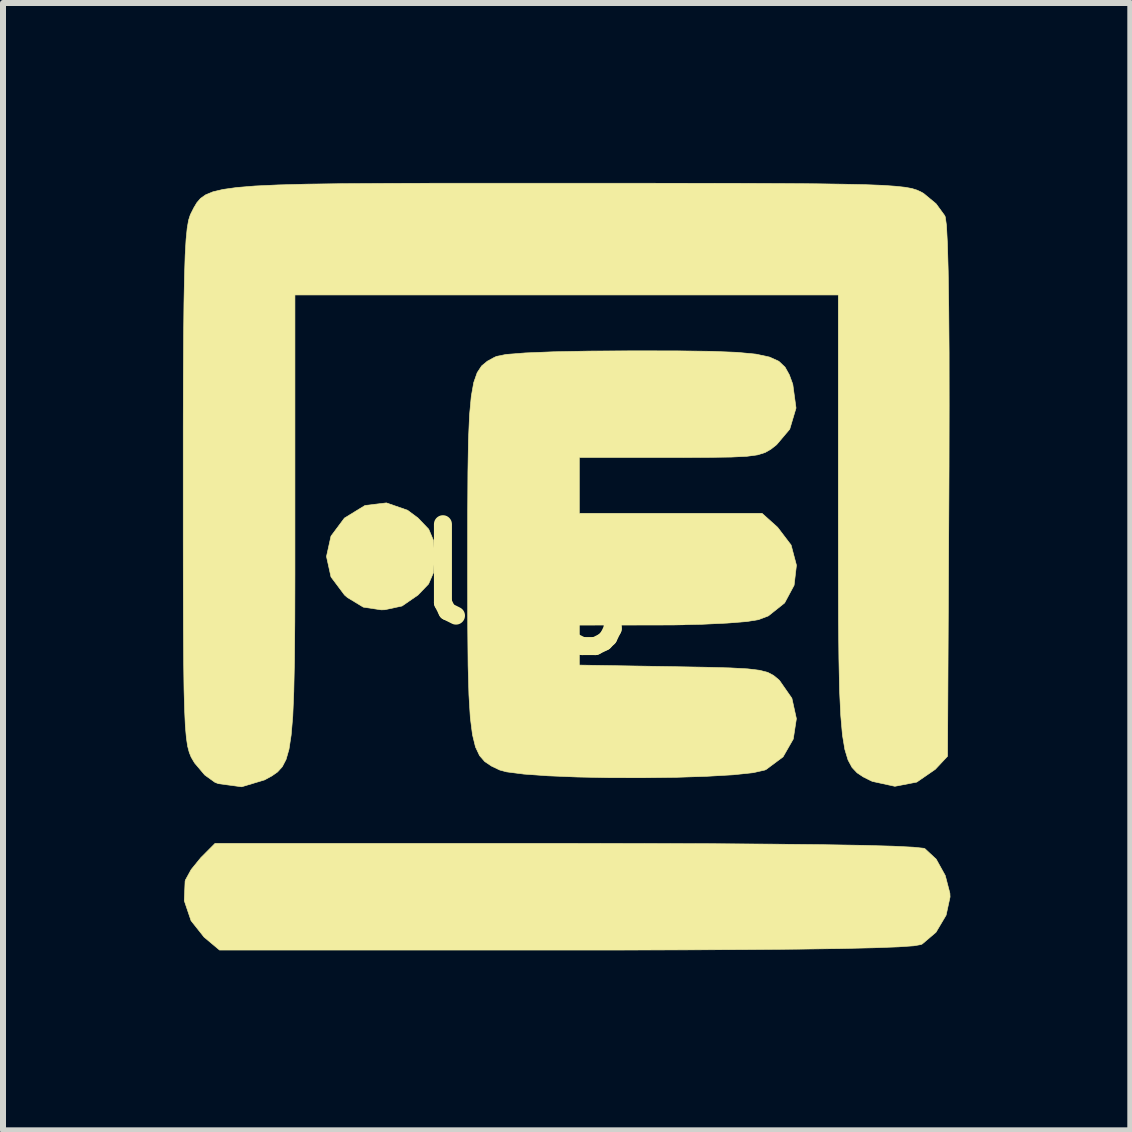
<source format=kicad_pcb>
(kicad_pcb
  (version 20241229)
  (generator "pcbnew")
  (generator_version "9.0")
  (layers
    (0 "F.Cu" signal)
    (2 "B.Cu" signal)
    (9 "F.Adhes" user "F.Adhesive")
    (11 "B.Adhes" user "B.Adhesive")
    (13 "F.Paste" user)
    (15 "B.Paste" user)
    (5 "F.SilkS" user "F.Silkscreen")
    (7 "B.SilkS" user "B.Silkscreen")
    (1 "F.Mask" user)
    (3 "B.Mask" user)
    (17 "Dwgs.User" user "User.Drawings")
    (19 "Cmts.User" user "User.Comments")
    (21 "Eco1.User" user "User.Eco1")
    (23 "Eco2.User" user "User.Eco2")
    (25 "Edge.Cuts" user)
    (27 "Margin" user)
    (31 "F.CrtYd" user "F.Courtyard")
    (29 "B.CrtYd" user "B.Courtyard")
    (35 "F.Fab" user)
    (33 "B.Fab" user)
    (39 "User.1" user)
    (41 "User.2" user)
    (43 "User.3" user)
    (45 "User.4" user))
  (footprint "logo"
    (layer "F.Cu")
    (at 6.439 6.524)
    (property "Reference" "logo" (at 0 0 0) (layer "F.SilkS") (effects (font (size 1.524 1.524) (thickness 0.3))))
    (attr through_hole)
    (fp_poly (pts (xy -2.695 -1.068) (xy -2.52 -0.938) (xy -2.342 -0.752) (xy -2.262 -0.564) (xy -2.244 -0.296) (xy -2.263 -0.025) (xy -2.344 0.162) (xy -2.52 0.346) (xy -2.786 0.529) (xy -3.073 0.591) (xy -3.133 0.593) (xy -3.432 0.548) (xy -3.695 0.389) (xy -3.745 0.346) (xy -3.971 0.044) (xy -4.046 -0.296) (xy -3.971 -0.636) (xy -3.746 -0.938) (xy -3.745 -0.938) (xy -3.404 -1.147) (xy -3.047 -1.19) (xy -2.695 -1.068)) (stroke (width 0.01) (type solid)) (fill yes) (layer "F.SilkS"))
    (fp_poly (pts (xy 1.243 4.489) (xy 2.395 4.492) (xy 3.389 4.499) (xy 4.221 4.508) (xy 4.892 4.519) (xy 5.398 4.533) (xy 5.739 4.55) (xy 5.912 4.568) (xy 5.931 4.575) (xy 6.119 4.75) (xy 6.27 5.022) (xy 6.347 5.317) (xy 6.35 5.38) (xy 6.284 5.684) (xy 6.115 5.969) (xy 5.887 6.163) (xy 5.866 6.173) (xy 5.748 6.194) (xy 5.487 6.212) (xy 5.08 6.227) (xy 4.523 6.24) (xy 3.813 6.25) (xy 2.947 6.257) (xy 1.921 6.262) (xy 0.73 6.265) (xy -0.082 6.265) (xy -5.829 6.265) (xy -6.087 6.049) (xy -6.304 5.775) (xy -6.417 5.442) (xy -6.403 5.115) (xy -6.397 5.096) (xy -6.302 4.923) (xy -6.142 4.726) (xy -6.124 4.708) (xy -5.904 4.487) (xy -0.068 4.487) (xy 1.243 4.489)) (stroke (width 0.01) (type solid)) (fill yes) (layer "F.SilkS"))
    (fp_poly (pts (xy 1.814 -3.724) (xy 2.371 -3.717) (xy 2.798 -3.7) (xy 3.115 -3.67) (xy 3.341 -3.621) (xy 3.495 -3.551) (xy 3.599 -3.453) (xy 3.67 -3.326) (xy 3.728 -3.168) (xy 3.782 -2.771) (xy 3.677 -2.419) (xy 3.459 -2.161) (xy 3.363 -2.085) (xy 3.267 -2.03) (xy 3.143 -1.991) (xy 2.965 -1.967) (xy 2.704 -1.954) (xy 2.335 -1.949) (xy 1.83 -1.947) (xy 1.687 -1.947) (xy 0.169 -1.947) (xy 0.169 -1.016) (xy 3.215 -1.016) (xy 3.475 -0.783) (xy 3.7 -0.487) (xy 3.789 -0.151) (xy 3.75 0.183) (xy 3.592 0.478) (xy 3.321 0.694) (xy 3.158 0.756) (xy 2.962 0.788) (xy 2.634 0.814) (xy 2.214 0.834) (xy 1.741 0.845) (xy 1.503 0.846) (xy 0.169 0.847) (xy 0.169 1.514) (xy 1.729 1.54) (xy 2.28 1.55) (xy 2.687 1.561) (xy 2.978 1.577) (xy 3.177 1.601) (xy 3.311 1.636) (xy 3.406 1.686) (xy 3.489 1.754) (xy 3.506 1.77) (xy 3.713 2.067) (xy 3.788 2.407) (xy 3.736 2.747) (xy 3.566 3.044) (xy 3.284 3.254) (xy 3.262 3.264) (xy 3.067 3.308) (xy 2.736 3.343) (xy 2.299 3.368) (xy 1.789 3.385) (xy 1.237 3.392) (xy 0.675 3.391) (xy 0.134 3.38) (xy -0.354 3.36) (xy -0.758 3.331) (xy -1.045 3.294) (xy -1.159 3.263) (xy -1.295 3.198) (xy -1.406 3.124) (xy -1.494 3.023) (xy -1.562 2.879) (xy -1.612 2.674) (xy -1.648 2.391) (xy -1.671 2.014) (xy -1.685 1.525) (xy -1.691 0.908) (xy -1.693 0.145) (xy -1.693 -0.216) (xy -1.692 -1.036) (xy -1.688 -1.705) (xy -1.679 -2.238) (xy -1.661 -2.654) (xy -1.632 -2.967) (xy -1.591 -3.197) (xy -1.534 -3.36) (xy -1.46 -3.473) (xy -1.365 -3.552) (xy -1.248 -3.616) (xy -1.21 -3.633) (xy -1.051 -3.665) (xy -0.734 -3.69) (xy -0.268 -3.709) (xy 0.334 -3.721) (xy 1.064 -3.725) (xy 1.108 -3.725) (xy 1.814 -3.724)) (stroke (width 0.01) (type solid)) (fill yes) (layer "F.SilkS"))
    (fp_poly (pts (xy -0.098 -6.519) (xy -0.025 -6.519) (xy 1.092 -6.519) (xy 2.052 -6.518) (xy 2.869 -6.517) (xy 3.553 -6.514) (xy 4.119 -6.51) (xy 4.578 -6.503) (xy 4.943 -6.495) (xy 5.227 -6.484) (xy 5.441 -6.469) (xy 5.6 -6.452) (xy 5.715 -6.431) (xy 5.798 -6.405) (xy 5.863 -6.375) (xy 5.908 -6.35) (xy 6.116 -6.178) (xy 6.26 -5.981) (xy 6.27 -5.958) (xy 6.29 -5.817) (xy 6.306 -5.513) (xy 6.319 -5.054) (xy 6.328 -4.446) (xy 6.334 -3.695) (xy 6.335 -2.808) (xy 6.333 -1.792) (xy 6.331 -1.35) (xy 6.308 3.034) (xy 6.104 3.252) (xy 5.795 3.465) (xy 5.43 3.535) (xy 5.054 3.453) (xy 5.024 3.439) (xy 4.902 3.378) (xy 4.8 3.31) (xy 4.716 3.221) (xy 4.649 3.096) (xy 4.596 2.921) (xy 4.556 2.68) (xy 4.528 2.358) (xy 4.508 1.941) (xy 4.497 1.414) (xy 4.49 0.763) (xy 4.488 -0.029) (xy 4.487 -0.971) (xy 4.487 -4.657) (xy -4.572 -4.657) (xy -4.572 -0.927) (xy -4.572 0.01) (xy -4.574 0.794) (xy -4.58 1.437) (xy -4.591 1.957) (xy -4.608 2.366) (xy -4.635 2.681) (xy -4.671 2.917) (xy -4.72 3.088) (xy -4.783 3.209) (xy -4.862 3.296) (xy -4.958 3.363) (xy -5.072 3.425) (xy -5.077 3.428) (xy -5.46 3.543) (xy -5.847 3.491) (xy -5.905 3.469) (xy -6.075 3.347) (xy -6.244 3.147) (xy -6.264 3.114) (xy -6.303 3.047) (xy -6.334 2.969) (xy -6.361 2.867) (xy -6.382 2.725) (xy -6.399 2.53) (xy -6.411 2.267) (xy -6.421 1.92) (xy -6.427 1.476) (xy -6.431 0.919) (xy -6.433 0.236) (xy -6.434 -0.589) (xy -6.434 -1.465) (xy -6.434 -2.449) (xy -6.432 -3.278) (xy -6.428 -3.966) (xy -6.422 -4.526) (xy -6.413 -4.972) (xy -6.402 -5.319) (xy -6.387 -5.581) (xy -6.368 -5.771) (xy -6.345 -5.903) (xy -6.317 -5.991) (xy -6.306 -6.014) (xy -6.257 -6.111) (xy -6.207 -6.195) (xy -6.146 -6.266) (xy -6.061 -6.326) (xy -5.94 -6.376) (xy -5.771 -6.416) (xy -5.542 -6.448) (xy -5.24 -6.473) (xy -4.855 -6.491) (xy -4.373 -6.504) (xy -3.783 -6.512) (xy -3.072 -6.516) (xy -2.229 -6.519) (xy -1.242 -6.519) (xy -0.098 -6.519)) (stroke (width 0.01) (type solid)) (fill yes) (layer "F.SilkS")))
  (gr_rect
    (start -3 -3)
    (end 15.794 15.794)
    (stroke (width 0.1) (type default))
    (fill no)
    (layer "Edge.Cuts")))
</source>
